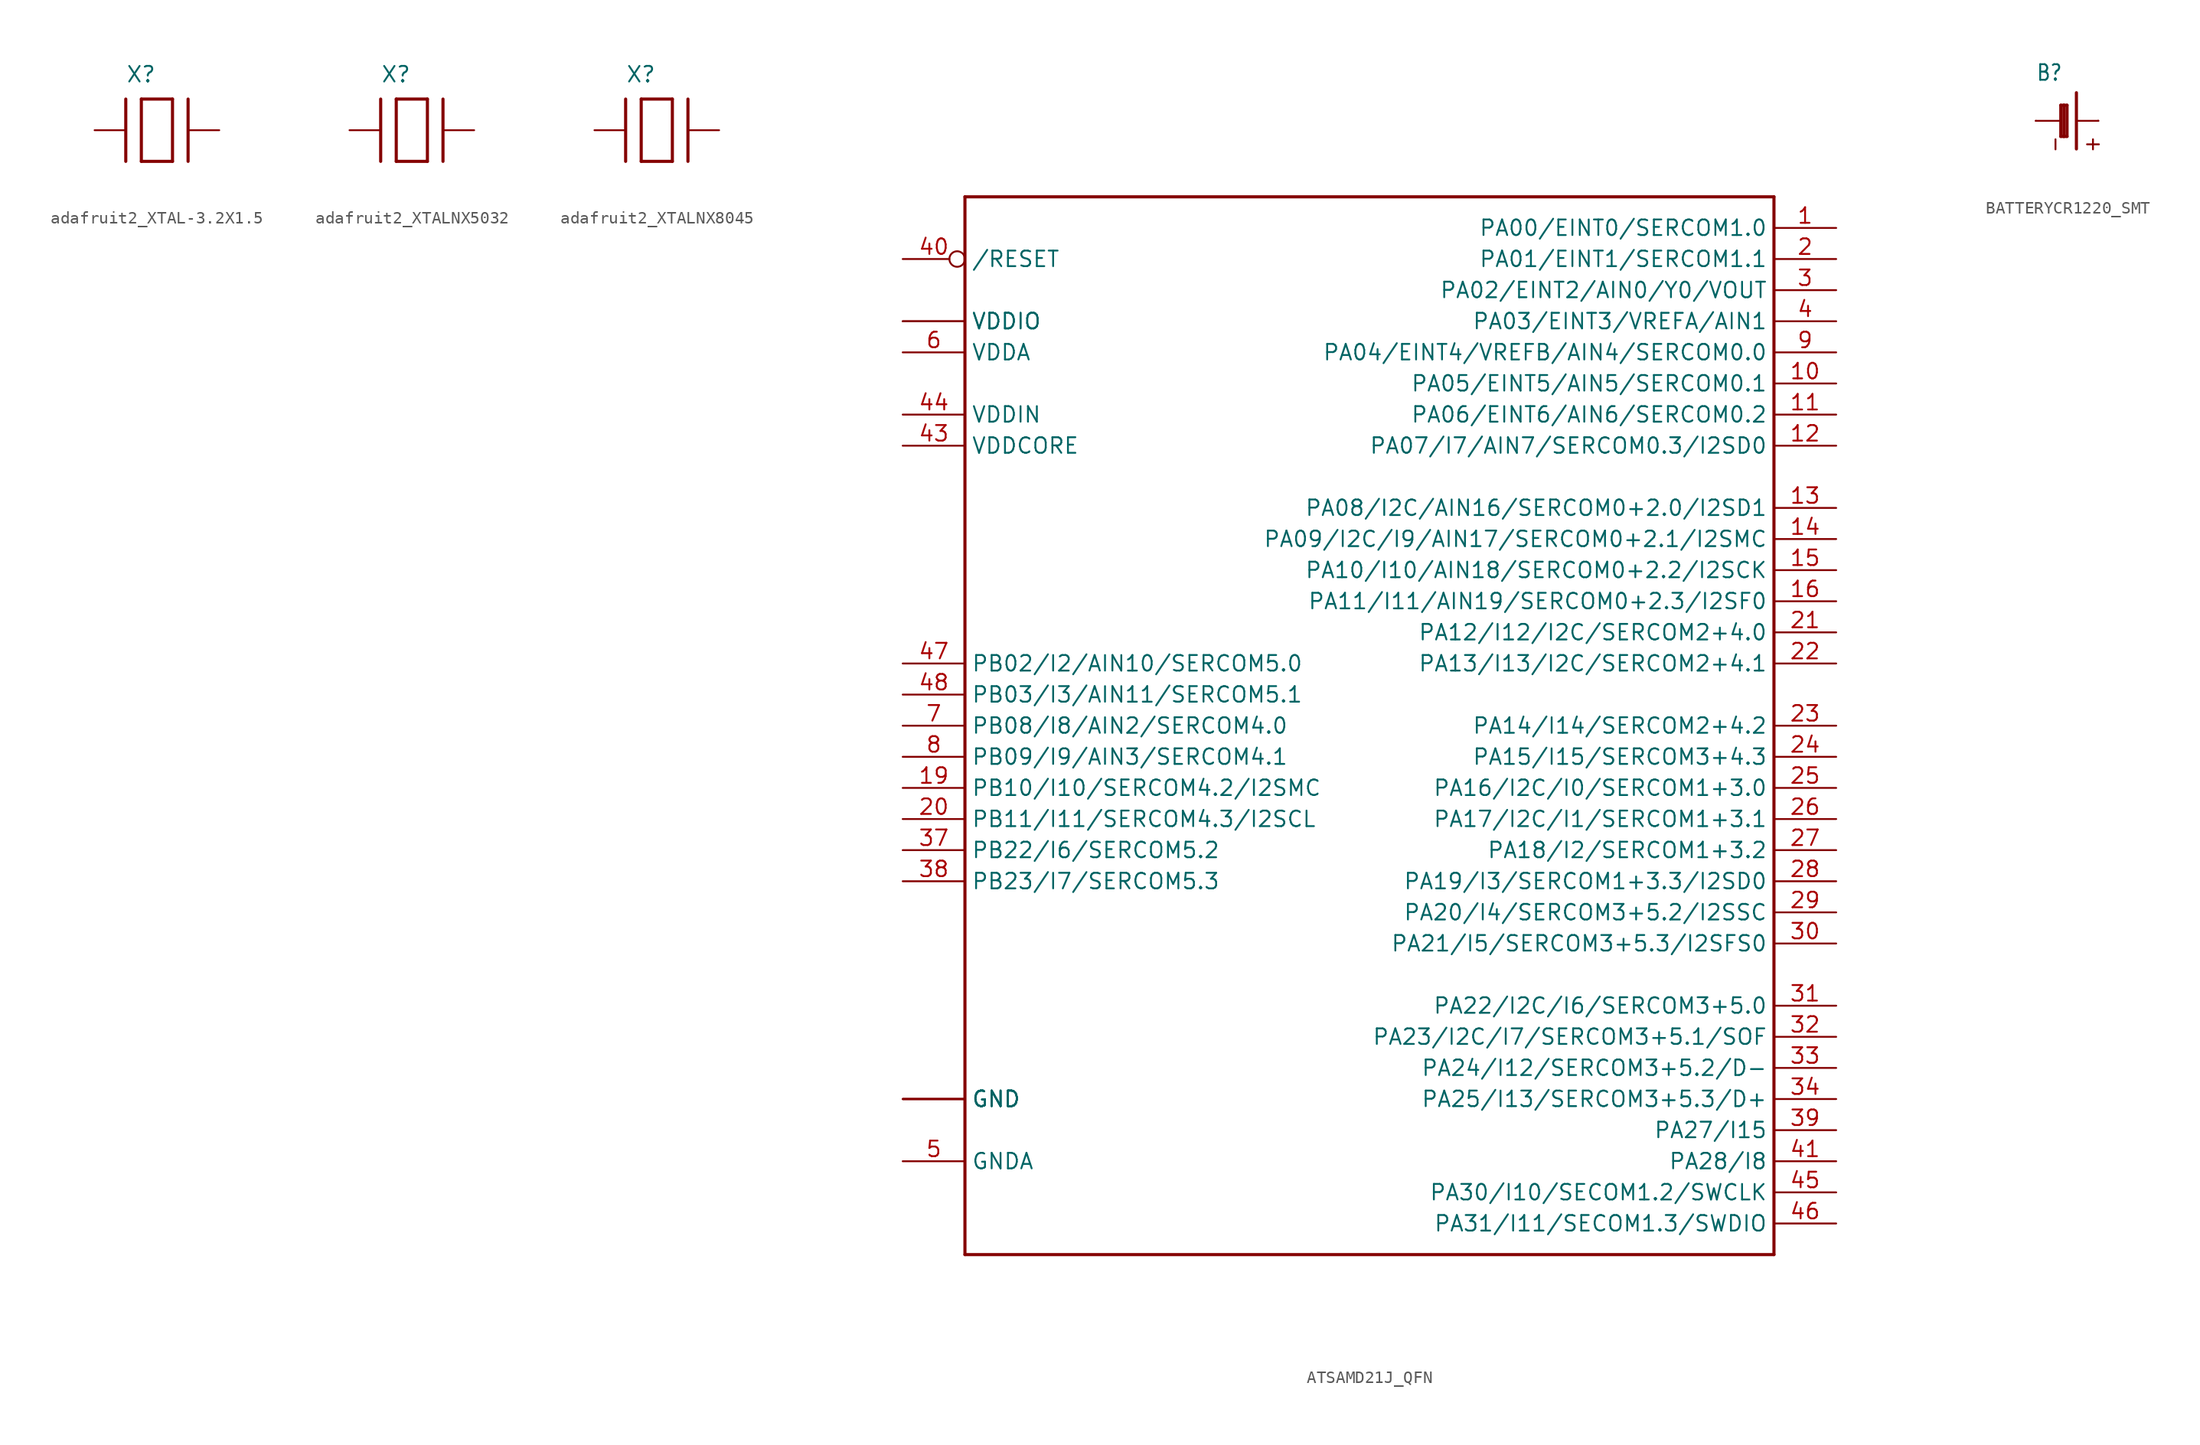
<source format=kicad_sym>
(kicad_symbol_lib
  (version 20231120)
  (generator "kicad_symbol_editor")
  (generator_version "8.0")
  (symbol "adafruit2_XTAL-3.2X1.5"
    (property "Reference" "X"
      (at -2.54 3.81 0)
      (effects (font (size 1.27 1.27)) (justify left bottom)))
    (property "Value" ""
      (at -3.81 -5.08 0)
      (effects (font (size 1.27 1.27)) (justify left bottom)))
    (property "ki_locked" ""
      (at 0 0 0)
      (effects (font (size 1.27 1.27))))
    (symbol "adafruit2_XTAL-3.2X1.5_1_0"
      (polyline (pts (xy -2.54 2.54) (xy -2.54 -2.54)) (stroke (width 0.254) (type solid)) (fill (type none)))
      (polyline (pts (xy -1.27 -2.54) (xy 1.27 -2.54)) (stroke (width 0.254) (type solid)) (fill (type none)))
      (polyline (pts (xy -1.27 2.54) (xy -1.27 -2.54)) (stroke (width 0.254) (type solid)) (fill (type none)))
      (polyline (pts (xy 1.27 -2.54) (xy 1.27 2.54)) (stroke (width 0.254) (type solid)) (fill (type none)))
      (polyline (pts (xy 1.27 2.54) (xy -1.27 2.54)) (stroke (width 0.254) (type solid)) (fill (type none)))
      (polyline (pts (xy 2.54 2.54) (xy 2.54 -2.54)) (stroke (width 0.254) (type solid)) (fill (type none)))
      (pin bidirectional line (at -5.08 0 0) (length 2.54) (name "P$1" (effects (font (size 0 0)))) (number "P$1" (effects (font (size 0 0)))))
      (pin bidirectional line (at 5.08 0 180) (length 2.54) (name "P$2" (effects (font (size 0 0)))) (number "P$2" (effects (font (size 0 0)))))))
  (symbol "adafruit2_XTALNX5032"
    (property "Reference" "X"
      (at -2.54 3.81 0)
      (effects (font (size 1.27 1.27)) (justify left bottom)))
    (property "Value" ""
      (at -3.81 -5.08 0)
      (effects (font (size 1.27 1.27)) (justify left bottom)))
    (property "ki_locked" ""
      (at 0 0 0)
      (effects (font (size 1.27 1.27))))
    (symbol "adafruit2_XTALNX5032_1_0"
      (polyline (pts (xy -2.54 2.54) (xy -2.54 -2.54)) (stroke (width 0.254) (type solid)) (fill (type none)))
      (polyline (pts (xy -1.27 -2.54) (xy 1.27 -2.54)) (stroke (width 0.254) (type solid)) (fill (type none)))
      (polyline (pts (xy -1.27 2.54) (xy -1.27 -2.54)) (stroke (width 0.254) (type solid)) (fill (type none)))
      (polyline (pts (xy 1.27 -2.54) (xy 1.27 2.54)) (stroke (width 0.254) (type solid)) (fill (type none)))
      (polyline (pts (xy 1.27 2.54) (xy -1.27 2.54)) (stroke (width 0.254) (type solid)) (fill (type none)))
      (polyline (pts (xy 2.54 2.54) (xy 2.54 -2.54)) (stroke (width 0.254) (type solid)) (fill (type none)))
      (pin bidirectional line (at -5.08 0 0) (length 2.54) (name "P$1" (effects (font (size 0 0)))) (number "P$1" (effects (font (size 0 0)))))
      (pin bidirectional line (at 5.08 0 180) (length 2.54) (name "P$2" (effects (font (size 0 0)))) (number "P$2" (effects (font (size 0 0)))))))
  (symbol "adafruit2_XTALNX8045"
    (property "Reference" "X"
      (at -2.54 3.81 0)
      (effects (font (size 1.27 1.27)) (justify left bottom)))
    (property "Value" ""
      (at -3.81 -5.08 0)
      (effects (font (size 1.27 1.27)) (justify left bottom)))
    (property "ki_locked" ""
      (at 0 0 0)
      (effects (font (size 1.27 1.27))))
    (symbol "adafruit2_XTALNX8045_1_0"
      (polyline (pts (xy -2.54 2.54) (xy -2.54 -2.54)) (stroke (width 0.254) (type solid)) (fill (type none)))
      (polyline (pts (xy -1.27 -2.54) (xy 1.27 -2.54)) (stroke (width 0.254) (type solid)) (fill (type none)))
      (polyline (pts (xy -1.27 2.54) (xy -1.27 -2.54)) (stroke (width 0.254) (type solid)) (fill (type none)))
      (polyline (pts (xy 1.27 -2.54) (xy 1.27 2.54)) (stroke (width 0.254) (type solid)) (fill (type none)))
      (polyline (pts (xy 1.27 2.54) (xy -1.27 2.54)) (stroke (width 0.254) (type solid)) (fill (type none)))
      (polyline (pts (xy 2.54 2.54) (xy 2.54 -2.54)) (stroke (width 0.254) (type solid)) (fill (type none)))
      (pin bidirectional line (at -5.08 0 0) (length 2.54) (name "P$1" (effects (font (size 0 0)))) (number "P$1" (effects (font (size 0 0)))))
      (pin bidirectional line (at 5.08 0 180) (length 2.54) (name "P$2" (effects (font (size 0 0)))) (number "P$2" (effects (font (size 0 0)))))))
  (symbol "ATSAMD21J_QFN"
    (property "Reference" ""
      (at -20.32 -48.26 0)
      (effects (font (size 1.778 1.511)) (justify left bottom) (hide yes)))
    (property "Value" ""
      (at -15.24 40.64 0)
      (effects (font (size 1.778 1.511)) (justify left bottom)))
    (property "ki_locked" ""
      (at 0 0 0)
      (effects (font (size 1.27 1.27))))
    (symbol "ATSAMD21J_QFN_1_0"
      (polyline (pts (xy -20.32 -48.26) (xy -20.32 38.1)) (stroke (width 0.254) (type solid)) (fill (type none)))
      (polyline (pts (xy -20.32 38.1) (xy 45.72 38.1)) (stroke (width 0.254) (type solid)) (fill (type none)))
      (polyline (pts (xy 45.72 -48.26) (xy -20.32 -48.26)) (stroke (width 0.254) (type solid)) (fill (type none)))
      (polyline (pts (xy 45.72 38.1) (xy 45.72 -48.26)) (stroke (width 0.254) (type solid)) (fill (type none)))
      (pin bidirectional line (at 50.8 35.56 180) (length 5.08) (name "PA00/EINT0/SERCOM1.0" (effects (font (size 1.27 1.27)))) (number "1" (effects (font (size 1.27 1.27)))))
      (pin bidirectional line (at 50.8 22.86 180) (length 5.08) (name "PA05/EINT5/AIN5/SERCOM0.1" (effects (font (size 1.27 1.27)))) (number "10" (effects (font (size 1.27 1.27)))))
      (pin bidirectional line (at 50.8 20.32 180) (length 5.08) (name "PA06/EINT6/AIN6/SERCOM0.2" (effects (font (size 1.27 1.27)))) (number "11" (effects (font (size 1.27 1.27)))))
      (pin bidirectional line (at 50.8 17.78 180) (length 5.08) (name "PA07/I7/AIN7/SERCOM0.3/I2SD0" (effects (font (size 1.27 1.27)))) (number "12" (effects (font (size 1.27 1.27)))))
      (pin bidirectional line (at 50.8 12.7 180) (length 5.08) (name "PA08/I2C/AIN16/SERCOM0+2.0/I2SD1" (effects (font (size 1.27 1.27)))) (number "13" (effects (font (size 1.27 1.27)))))
      (pin bidirectional line (at 50.8 10.16 180) (length 5.08) (name "PA09/I2C/I9/AIN17/SERCOM0+2.1/I2SMC" (effects (font (size 1.27 1.27)))) (number "14" (effects (font (size 1.27 1.27)))))
      (pin bidirectional line (at 50.8 7.62 180) (length 5.08) (name "PA10/I10/AIN18/SERCOM0+2.2/I2SCK" (effects (font (size 1.27 1.27)))) (number "15" (effects (font (size 1.27 1.27)))))
      (pin bidirectional line (at 50.8 5.08 180) (length 5.08) (name "PA11/I11/AIN19/SERCOM0+2.3/I2SF0" (effects (font (size 1.27 1.27)))) (number "16" (effects (font (size 1.27 1.27)))))
      (pin power_in line (at -25.4 27.94 0) (length 5.08) (name "VDDIO" (effects (font (size 1.27 1.27)))) (number "17" (effects (font (size 0 0)))))
      (pin power_in line (at -25.4 -35.56 0) (length 5.08) (name "GND" (effects (font (size 1.27 1.27)))) (number "18" (effects (font (size 0 0)))))
      (pin bidirectional line (at -25.4 -10.16 0) (length 5.08) (name "PB10/I10/SERCOM4.2/I2SMC" (effects (font (size 1.27 1.27)))) (number "19" (effects (font (size 1.27 1.27)))))
      (pin bidirectional line (at 50.8 33.02 180) (length 5.08) (name "PA01/EINT1/SERCOM1.1" (effects (font (size 1.27 1.27)))) (number "2" (effects (font (size 1.27 1.27)))))
      (pin bidirectional line (at -25.4 -12.7 0) (length 5.08) (name "PB11/I11/SERCOM4.3/I2SCL" (effects (font (size 1.27 1.27)))) (number "20" (effects (font (size 1.27 1.27)))))
      (pin bidirectional line (at 50.8 2.54 180) (length 5.08) (name "PA12/I12/I2C/SERCOM2+4.0" (effects (font (size 1.27 1.27)))) (number "21" (effects (font (size 1.27 1.27)))))
      (pin bidirectional line (at 50.8 0 180) (length 5.08) (name "PA13/I13/I2C/SERCOM2+4.1" (effects (font (size 1.27 1.27)))) (number "22" (effects (font (size 1.27 1.27)))))
      (pin bidirectional line (at 50.8 -5.08 180) (length 5.08) (name "PA14/I14/SERCOM2+4.2" (effects (font (size 1.27 1.27)))) (number "23" (effects (font (size 1.27 1.27)))))
      (pin bidirectional line (at 50.8 -7.62 180) (length 5.08) (name "PA15/I15/SERCOM3+4.3" (effects (font (size 1.27 1.27)))) (number "24" (effects (font (size 1.27 1.27)))))
      (pin bidirectional line (at 50.8 -10.16 180) (length 5.08) (name "PA16/I2C/I0/SERCOM1+3.0" (effects (font (size 1.27 1.27)))) (number "25" (effects (font (size 1.27 1.27)))))
      (pin bidirectional line (at 50.8 -12.7 180) (length 5.08) (name "PA17/I2C/I1/SERCOM1+3.1" (effects (font (size 1.27 1.27)))) (number "26" (effects (font (size 1.27 1.27)))))
      (pin bidirectional line (at 50.8 -15.24 180) (length 5.08) (name "PA18/I2/SERCOM1+3.2" (effects (font (size 1.27 1.27)))) (number "27" (effects (font (size 1.27 1.27)))))
      (pin bidirectional line (at 50.8 -17.78 180) (length 5.08) (name "PA19/I3/SERCOM1+3.3/I2SD0" (effects (font (size 1.27 1.27)))) (number "28" (effects (font (size 1.27 1.27)))))
      (pin bidirectional line (at 50.8 -20.32 180) (length 5.08) (name "PA20/I4/SERCOM3+5.2/I2SSC" (effects (font (size 1.27 1.27)))) (number "29" (effects (font (size 1.27 1.27)))))
      (pin bidirectional line (at 50.8 30.48 180) (length 5.08) (name "PA02/EINT2/AIN0/Y0/VOUT" (effects (font (size 1.27 1.27)))) (number "3" (effects (font (size 1.27 1.27)))))
      (pin bidirectional line (at 50.8 -22.86 180) (length 5.08) (name "PA21/I5/SERCOM3+5.3/I2SFS0" (effects (font (size 1.27 1.27)))) (number "30" (effects (font (size 1.27 1.27)))))
      (pin bidirectional line (at 50.8 -27.94 180) (length 5.08) (name "PA22/I2C/I6/SERCOM3+5.0" (effects (font (size 1.27 1.27)))) (number "31" (effects (font (size 1.27 1.27)))))
      (pin bidirectional line (at 50.8 -30.48 180) (length 5.08) (name "PA23/I2C/I7/SERCOM3+5.1/SOF" (effects (font (size 1.27 1.27)))) (number "32" (effects (font (size 1.27 1.27)))))
      (pin bidirectional line (at 50.8 -33.02 180) (length 5.08) (name "PA24/I12/SERCOM3+5.2/D-" (effects (font (size 1.27 1.27)))) (number "33" (effects (font (size 1.27 1.27)))))
      (pin bidirectional line (at 50.8 -35.56 180) (length 5.08) (name "PA25/I13/SERCOM3+5.3/D+" (effects (font (size 1.27 1.27)))) (number "34" (effects (font (size 1.27 1.27)))))
      (pin power_in line (at -25.4 -35.56 0) (length 5.08) (name "GND" (effects (font (size 1.27 1.27)))) (number "35" (effects (font (size 0 0)))))
      (pin power_in line (at -25.4 27.94 0) (length 5.08) (name "VDDIO" (effects (font (size 1.27 1.27)))) (number "36" (effects (font (size 0 0)))))
      (pin bidirectional line (at -25.4 -15.24 0) (length 5.08) (name "PB22/I6/SERCOM5.2" (effects (font (size 1.27 1.27)))) (number "37" (effects (font (size 1.27 1.27)))))
      (pin bidirectional line (at -25.4 -17.78 0) (length 5.08) (name "PB23/I7/SERCOM5.3" (effects (font (size 1.27 1.27)))) (number "38" (effects (font (size 1.27 1.27)))))
      (pin bidirectional line (at 50.8 -38.1 180) (length 5.08) (name "PA27/I15" (effects (font (size 1.27 1.27)))) (number "39" (effects (font (size 1.27 1.27)))))
      (pin bidirectional line (at 50.8 27.94 180) (length 5.08) (name "PA03/EINT3/VREFA/AIN1" (effects (font (size 1.27 1.27)))) (number "4" (effects (font (size 1.27 1.27)))))
      (pin bidirectional inverted (at -25.4 33.02 0) (length 5.08) (name "/RESET" (effects (font (size 1.27 1.27)))) (number "40" (effects (font (size 1.27 1.27)))))
      (pin bidirectional line (at 50.8 -40.64 180) (length 5.08) (name "PA28/I8" (effects (font (size 1.27 1.27)))) (number "41" (effects (font (size 1.27 1.27)))))
      (pin power_in line (at -25.4 -35.56 0) (length 5.08) (name "GND" (effects (font (size 1.27 1.27)))) (number "42" (effects (font (size 0 0)))))
      (pin power_in line (at -25.4 17.78 0) (length 5.08) (name "VDDCORE" (effects (font (size 1.27 1.27)))) (number "43" (effects (font (size 1.27 1.27)))))
      (pin power_in line (at -25.4 20.32 0) (length 5.08) (name "VDDIN" (effects (font (size 1.27 1.27)))) (number "44" (effects (font (size 1.27 1.27)))))
      (pin bidirectional line (at 50.8 -43.18 180) (length 5.08) (name "PA30/I10/SECOM1.2/SWCLK" (effects (font (size 1.27 1.27)))) (number "45" (effects (font (size 1.27 1.27)))))
      (pin bidirectional line (at 50.8 -45.72 180) (length 5.08) (name "PA31/I11/SECOM1.3/SWDIO" (effects (font (size 1.27 1.27)))) (number "46" (effects (font (size 1.27 1.27)))))
      (pin bidirectional line (at -25.4 0 0) (length 5.08) (name "PB02/I2/AIN10/SERCOM5.0" (effects (font (size 1.27 1.27)))) (number "47" (effects (font (size 1.27 1.27)))))
      (pin bidirectional line (at -25.4 -2.54 0) (length 5.08) (name "PB03/I3/AIN11/SERCOM5.1" (effects (font (size 1.27 1.27)))) (number "48" (effects (font (size 1.27 1.27)))))
      (pin power_in line (at -25.4 -40.64 0) (length 5.08) (name "GNDA" (effects (font (size 1.27 1.27)))) (number "5" (effects (font (size 1.27 1.27)))))
      (pin power_in line (at -25.4 25.4 0) (length 5.08) (name "VDDA" (effects (font (size 1.27 1.27)))) (number "6" (effects (font (size 1.27 1.27)))))
      (pin bidirectional line (at -25.4 -5.08 0) (length 5.08) (name "PB08/I8/AIN2/SERCOM4.0" (effects (font (size 1.27 1.27)))) (number "7" (effects (font (size 1.27 1.27)))))
      (pin bidirectional line (at -25.4 -7.62 0) (length 5.08) (name "PB09/I9/AIN3/SERCOM4.1" (effects (font (size 1.27 1.27)))) (number "8" (effects (font (size 1.27 1.27)))))
      (pin bidirectional line (at 50.8 25.4 180) (length 5.08) (name "PA04/EINT4/VREFB/AIN4/SERCOM0.0" (effects (font (size 1.27 1.27)))) (number "9" (effects (font (size 1.27 1.27)))))
      (pin power_in line (at -25.4 -35.56 0) (length 5.08) (name "GND" (effects (font (size 1.27 1.27)))) (number "THERMAL" (effects (font (size 0 0)))))))
  (symbol "BATTERYCR1220_SMT"
    (property "Reference" "B"
      (at -2.54 3.175 0)
      (effects (font (size 1.27 1.079)) (justify left bottom)))
    (property "Value" ""
      (at -2.54 -5.08 0)
      (effects (font (size 1.27 1.079)) (justify left bottom)))
    (property "ki_locked" ""
      (at 0 0 0)
      (effects (font (size 1.27 1.27))))
    (symbol "BATTERYCR1220_SMT_1_0"
      (polyline (pts (xy -2.54 0) (xy -0.635 0)) (stroke (width 0.152) (type solid)) (fill (type none)))
      (polyline (pts (xy -0.508 -1.27) (xy -0.508 1.27)) (stroke (width 0.254) (type solid)) (fill (type none)))
      (polyline (pts (xy -0.508 1.27) (xy -0.254 1.27)) (stroke (width 0.254) (type solid)) (fill (type none)))
      (polyline (pts (xy -0.254 -1.27) (xy -0.508 -1.27)) (stroke (width 0.254) (type solid)) (fill (type none)))
      (polyline (pts (xy -0.254 1.27) (xy -0.254 -1.27)) (stroke (width 0.254) (type solid)) (fill (type none)))
      (polyline (pts (xy -0.254 1.27) (xy 0 1.27)) (stroke (width 0.254) (type solid)) (fill (type none)))
      (polyline (pts (xy 0 -1.27) (xy -0.254 -1.27)) (stroke (width 0.254) (type solid)) (fill (type none)))
      (polyline (pts (xy 0 1.27) (xy 0 -1.27)) (stroke (width 0.254) (type solid)) (fill (type none)))
      (polyline (pts (xy 0.762 2.286) (xy 0.762 -2.286)) (stroke (width 0.254) (type solid)) (fill (type none)))
      (polyline (pts (xy 0.889 0) (xy 2.54 0)) (stroke (width 0.152) (type solid)) (fill (type none)))
      (text "+" (at 1.27 -1.143 900) (effects (font (size 1.27 1.079)) (justify right top)))
      (text "-" (at -1.778 -1.143 900) (effects (font (size 1.27 1.079)) (justify right top)))
      (pin passive line (at 2.54 0 180) (length 0) (name "+" (effects (font (size 0 0)))) (number "+$1" (effects (font (size 0 0)))))
      (pin passive line (at 2.54 0 180) (length 0) (name "+" (effects (font (size 0 0)))) (number "+$2" (effects (font (size 0 0)))))
      (pin passive line (at -2.54 0 0) (length 0) (name "-" (effects (font (size 0 0)))) (number "-" (effects (font (size 0 0))))))))
</source>
